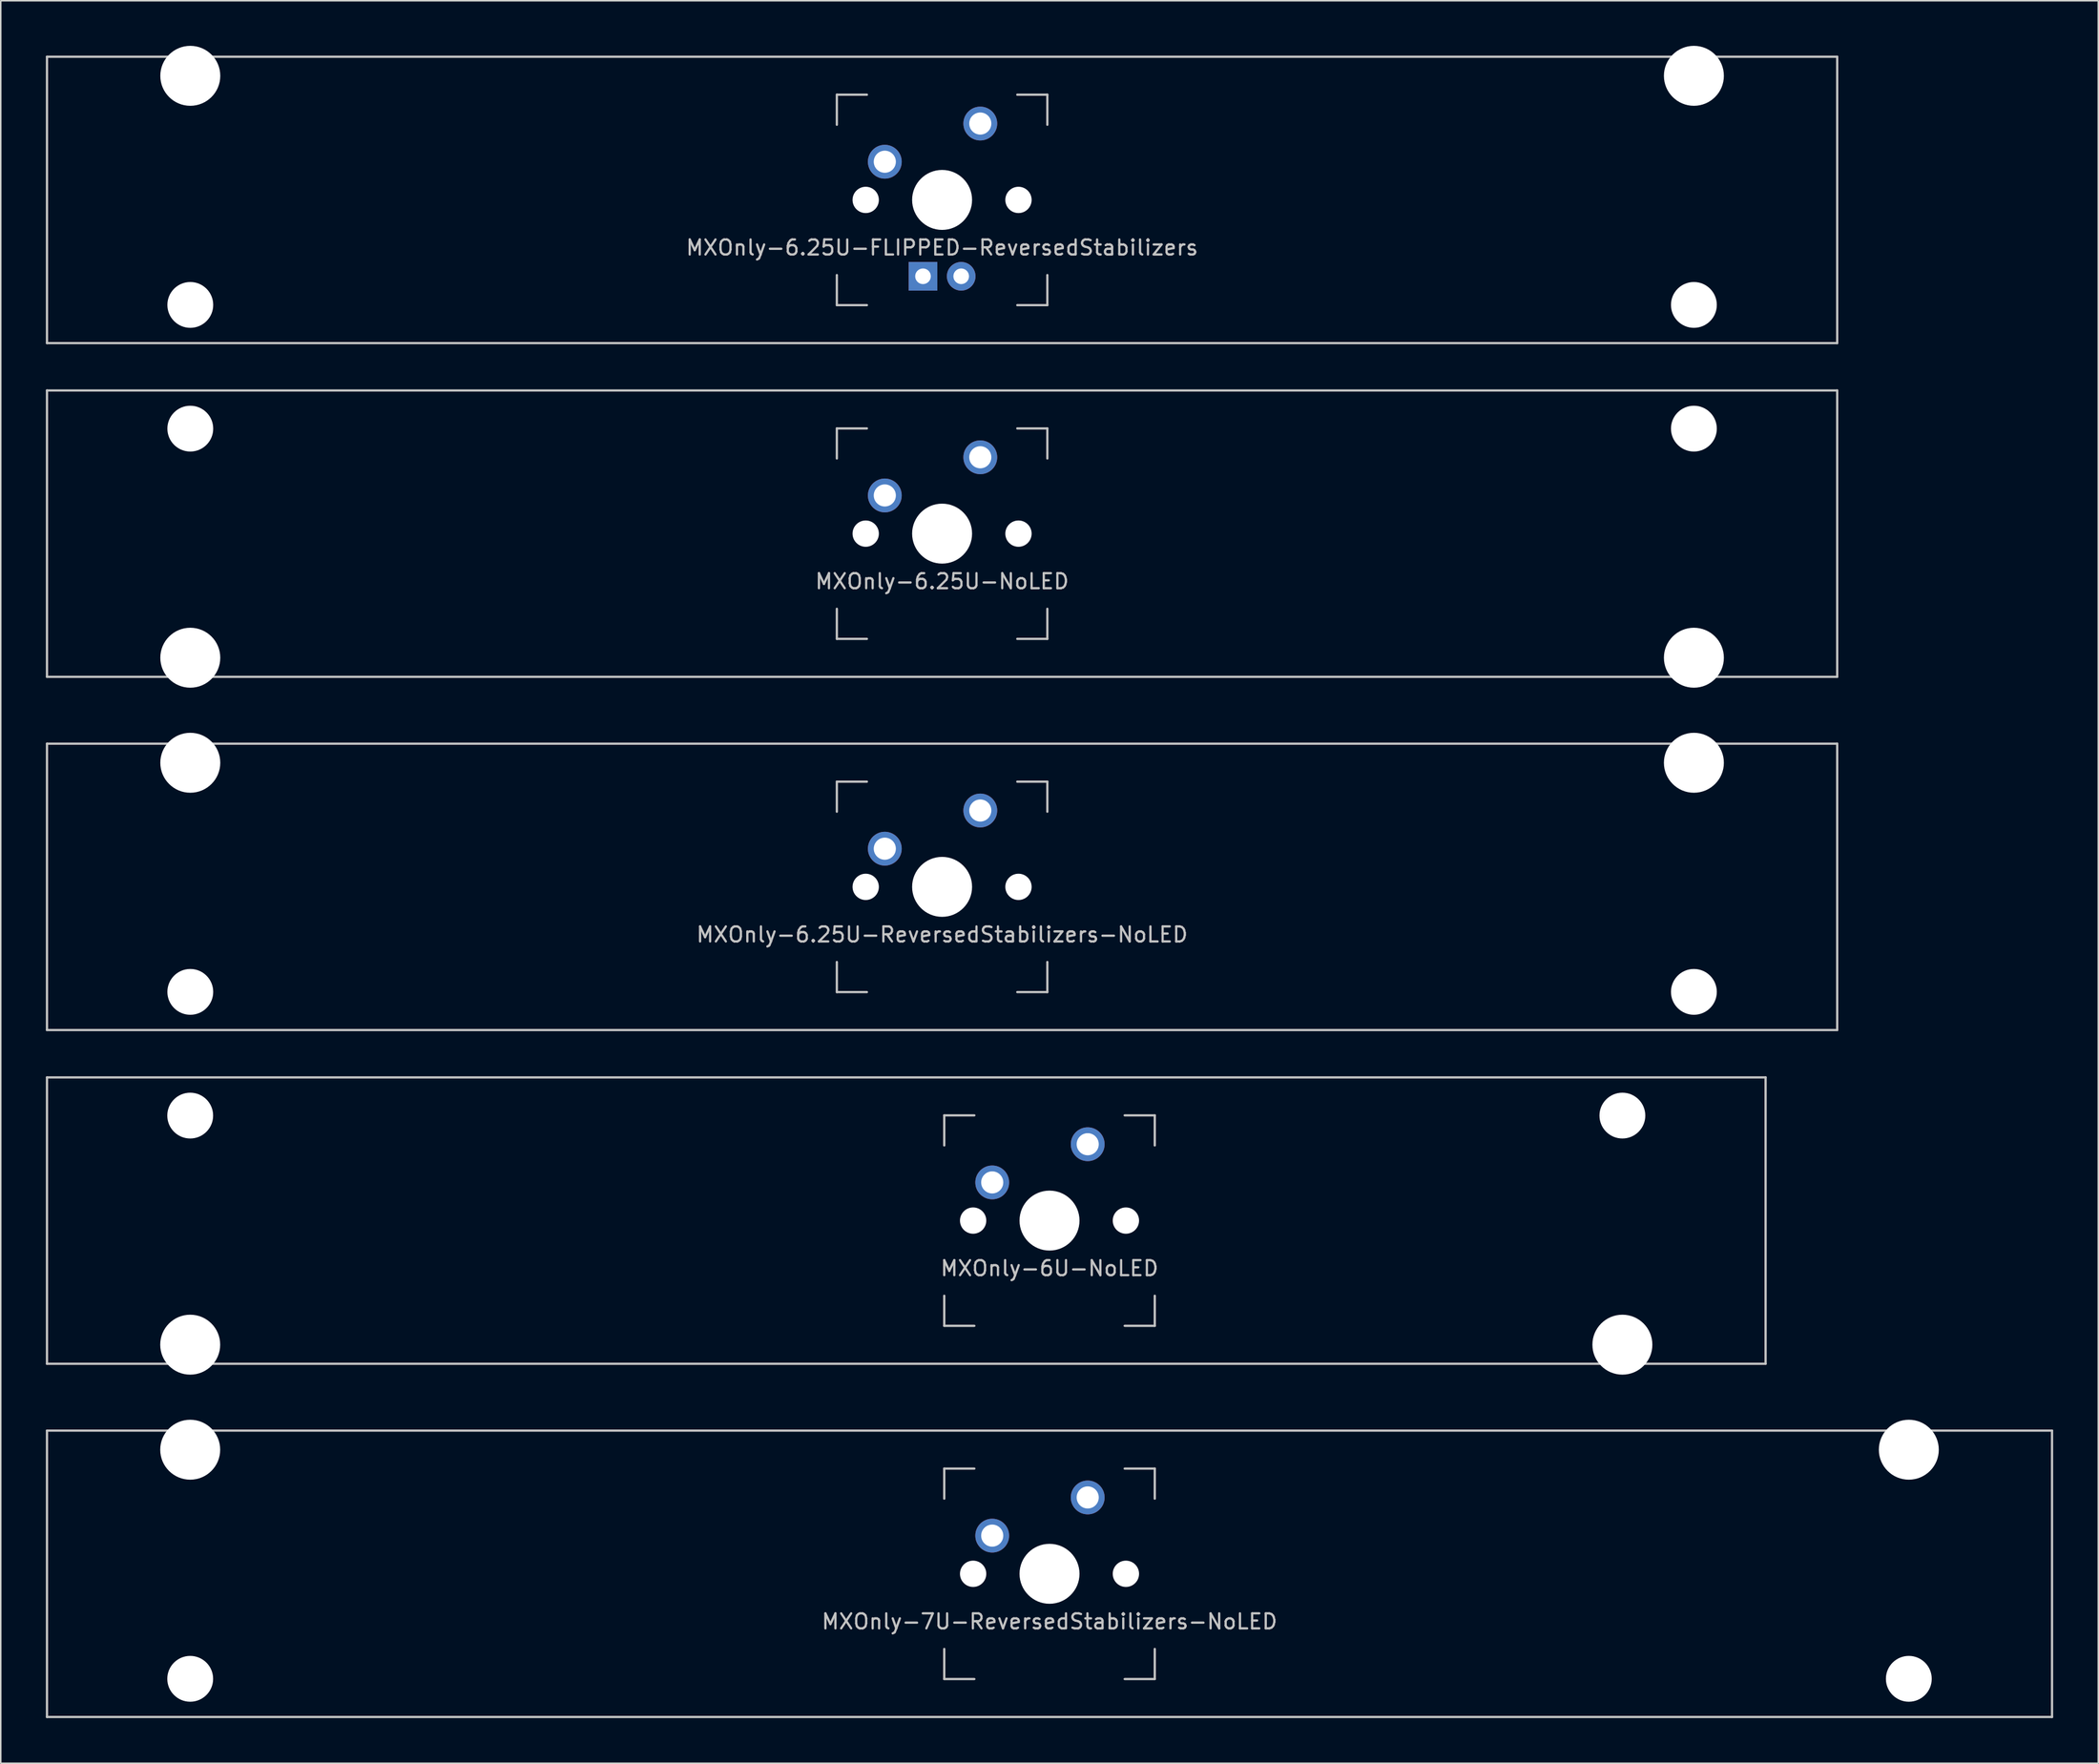
<source format=kicad_pcb>
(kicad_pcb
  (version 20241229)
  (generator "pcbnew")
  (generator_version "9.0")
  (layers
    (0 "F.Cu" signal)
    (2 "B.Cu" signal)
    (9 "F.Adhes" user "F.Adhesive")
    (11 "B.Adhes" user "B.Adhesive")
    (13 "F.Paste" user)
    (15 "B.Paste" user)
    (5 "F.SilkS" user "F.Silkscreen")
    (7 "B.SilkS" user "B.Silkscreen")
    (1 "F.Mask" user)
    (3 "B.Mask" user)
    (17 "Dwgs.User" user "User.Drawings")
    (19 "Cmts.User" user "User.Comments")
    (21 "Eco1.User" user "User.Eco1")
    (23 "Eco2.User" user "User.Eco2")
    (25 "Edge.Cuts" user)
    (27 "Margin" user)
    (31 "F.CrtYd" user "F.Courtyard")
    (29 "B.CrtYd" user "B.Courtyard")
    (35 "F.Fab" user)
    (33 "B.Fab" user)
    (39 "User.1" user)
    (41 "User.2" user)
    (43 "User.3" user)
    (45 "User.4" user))
  (footprint "MXOnly-6.25U-NoLED"
    (layer "F.Cu")
    (at 59.606 32.449)
    (property "Reference" "MXOnly-6.25U-NoLED" (at 0 3.175 0) (layer "Dwgs.User") (effects (font (size 1 1) (thickness 0.15))))
    (attr through_hole)
    (fp_line (start -59.531 -9.525) (end 59.531 -9.525) (stroke (width 0.15) (type solid)) (layer "Dwgs.User"))
    (fp_line (start -59.531 9.525) (end -59.531 -9.525) (stroke (width 0.15) (type solid)) (layer "Dwgs.User"))
    (fp_line (start -59.531 9.525) (end 59.531 9.525) (stroke (width 0.15) (type solid)) (layer "Dwgs.User"))
    (fp_line (start -7 -7) (end -7 -5) (stroke (width 0.15) (type solid)) (layer "Dwgs.User"))
    (fp_line (start -7 5) (end -7 7) (stroke (width 0.15) (type solid)) (layer "Dwgs.User"))
    (fp_line (start -7 7) (end -5 7) (stroke (width 0.15) (type solid)) (layer "Dwgs.User"))
    (fp_line (start -5 -7) (end -7 -7) (stroke (width 0.15) (type solid)) (layer "Dwgs.User"))
    (fp_line (start 5 -7) (end 7 -7) (stroke (width 0.15) (type solid)) (layer "Dwgs.User"))
    (fp_line (start 5 7) (end 7 7) (stroke (width 0.15) (type solid)) (layer "Dwgs.User"))
    (fp_line (start 7 -7) (end 7 -5) (stroke (width 0.15) (type solid)) (layer "Dwgs.User"))
    (fp_line (start 7 7) (end 7 5) (stroke (width 0.15) (type solid)) (layer "Dwgs.User"))
    (fp_line (start 59.531 -9.525) (end 59.531 9.525) (stroke (width 0.15) (type solid)) (layer "Dwgs.User"))
    (pad "" np_thru_hole circle (at -50 -6.985) (size 3.048 3.048) (drill 3.048) (layers "*.Cu" "*.Mask"))
    (pad "" np_thru_hole circle (at -50 8.255) (size 3.988 3.988) (drill 3.988) (layers "*.Cu" "*.Mask"))
    (pad "" np_thru_hole circle (at -5.08 0 48.1) (size 1.75 1.75) (drill 1.75) (layers "*.Cu" "*.Mask"))
    (pad "" np_thru_hole circle (at 0 0) (size 3.988 3.988) (drill 3.988) (layers "*.Cu" "*.Mask"))
    (pad "" np_thru_hole circle (at 5.08 0 48.1) (size 1.75 1.75) (drill 1.75) (layers "*.Cu" "*.Mask"))
    (pad "" np_thru_hole circle (at 50 -6.985) (size 3.048 3.048) (drill 3.048) (layers "*.Cu" "*.Mask"))
    (pad "" np_thru_hole circle (at 50 8.255) (size 3.988 3.988) (drill 3.988) (layers "*.Cu" "*.Mask"))
    (pad "1" thru_hole circle (at -3.81 -2.54) (size 2.25 2.25) (drill 1.47) (layers "*.Cu" "*.Mask"))
    (pad "2" thru_hole circle (at 2.54 -5.08) (size 2.25 2.25) (drill 1.47) (layers "*.Cu" "*.Mask")))
  (footprint "MXOnly-6U-NoLED"
    (layer "F.Cu")
    (at 57.225 78.147)
    (property "Reference" "MXOnly-6U-NoLED" (at 9.525 3.175 0) (layer "Dwgs.User") (effects (font (size 1 1) (thickness 0.15))))
    (attr through_hole)
    (fp_line (start -57.15 -9.525) (end 57.15 -9.525) (stroke (width 0.15) (type solid)) (layer "Dwgs.User"))
    (fp_line (start -57.15 9.525) (end -57.15 -9.525) (stroke (width 0.15) (type solid)) (layer "Dwgs.User"))
    (fp_line (start -57.15 9.525) (end 57.15 9.525) (stroke (width 0.15) (type solid)) (layer "Dwgs.User"))
    (fp_line (start 2.525 -7) (end 2.525 -5) (stroke (width 0.15) (type solid)) (layer "Dwgs.User"))
    (fp_line (start 2.525 5) (end 2.525 7) (stroke (width 0.15) (type solid)) (layer "Dwgs.User"))
    (fp_line (start 2.525 7) (end 4.525 7) (stroke (width 0.15) (type solid)) (layer "Dwgs.User"))
    (fp_line (start 4.525 -7) (end 2.525 -7) (stroke (width 0.15) (type solid)) (layer "Dwgs.User"))
    (fp_line (start 14.525 -7) (end 16.525 -7) (stroke (width 0.15) (type solid)) (layer "Dwgs.User"))
    (fp_line (start 14.525 7) (end 16.525 7) (stroke (width 0.15) (type solid)) (layer "Dwgs.User"))
    (fp_line (start 16.525 -7) (end 16.525 -5) (stroke (width 0.15) (type solid)) (layer "Dwgs.User"))
    (fp_line (start 16.525 7) (end 16.525 5) (stroke (width 0.15) (type solid)) (layer "Dwgs.User"))
    (fp_line (start 57.15 -9.525) (end 57.15 9.525) (stroke (width 0.15) (type solid)) (layer "Dwgs.User"))
    (pad "" np_thru_hole circle (at -47.625 -6.985) (size 3.048 3.048) (drill 3.048) (layers "*.Cu" "*.Mask"))
    (pad "" np_thru_hole circle (at -47.625 8.255) (size 3.988 3.988) (drill 3.988) (layers "*.Cu" "*.Mask"))
    (pad "" np_thru_hole circle (at 4.445 0 48.1) (size 1.75 1.75) (drill 1.75) (layers "*.Cu" "*.Mask"))
    (pad "" np_thru_hole circle (at 9.525 0) (size 3.988 3.988) (drill 3.988) (layers "*.Cu" "*.Mask"))
    (pad "" np_thru_hole circle (at 14.605 0 48.1) (size 1.75 1.75) (drill 1.75) (layers "*.Cu" "*.Mask"))
    (pad "" np_thru_hole circle (at 47.625 -6.985) (size 3.048 3.048) (drill 3.048) (layers "*.Cu" "*.Mask"))
    (pad "" np_thru_hole circle (at 47.625 8.255) (size 3.988 3.988) (drill 3.988) (layers "*.Cu" "*.Mask"))
    (pad "1" thru_hole circle (at 5.715 -2.54) (size 2.25 2.25) (drill 1.47) (layers "*.Cu" "*.Mask"))
    (pad "2" thru_hole circle (at 12.065 -5.08) (size 2.25 2.25) (drill 1.47) (layers "*.Cu" "*.Mask")))
  (footprint "MXOnly-6.25U-ReversedStabilizers-NoLED"
    (layer "F.Cu")
    (at 59.606 55.947)
    (property "Reference" "MXOnly-6.25U-ReversedStabilizers-NoLED" (at 0 3.175 0) (layer "Dwgs.User") (effects (font (size 1 1) (thickness 0.15))))
    (attr through_hole)
    (fp_line (start -59.531 -9.525) (end 59.531 -9.525) (stroke (width 0.15) (type solid)) (layer "Dwgs.User"))
    (fp_line (start -59.531 9.525) (end -59.531 -9.525) (stroke (width 0.15) (type solid)) (layer "Dwgs.User"))
    (fp_line (start -59.531 9.525) (end 59.531 9.525) (stroke (width 0.15) (type solid)) (layer "Dwgs.User"))
    (fp_line (start -7 -7) (end -7 -5) (stroke (width 0.15) (type solid)) (layer "Dwgs.User"))
    (fp_line (start -7 5) (end -7 7) (stroke (width 0.15) (type solid)) (layer "Dwgs.User"))
    (fp_line (start -7 7) (end -5 7) (stroke (width 0.15) (type solid)) (layer "Dwgs.User"))
    (fp_line (start -5 -7) (end -7 -7) (stroke (width 0.15) (type solid)) (layer "Dwgs.User"))
    (fp_line (start 5 -7) (end 7 -7) (stroke (width 0.15) (type solid)) (layer "Dwgs.User"))
    (fp_line (start 5 7) (end 7 7) (stroke (width 0.15) (type solid)) (layer "Dwgs.User"))
    (fp_line (start 7 -7) (end 7 -5) (stroke (width 0.15) (type solid)) (layer "Dwgs.User"))
    (fp_line (start 7 7) (end 7 5) (stroke (width 0.15) (type solid)) (layer "Dwgs.User"))
    (fp_line (start 59.531 -9.525) (end 59.531 9.525) (stroke (width 0.15) (type solid)) (layer "Dwgs.User"))
    (pad "" np_thru_hole circle (at -50 -8.255) (size 3.988 3.988) (drill 3.988) (layers "*.Cu" "*.Mask"))
    (pad "" np_thru_hole circle (at -50 6.985) (size 3.048 3.048) (drill 3.048) (layers "*.Cu" "*.Mask"))
    (pad "" np_thru_hole circle (at -5.08 0 48.1) (size 1.75 1.75) (drill 1.75) (layers "*.Cu" "*.Mask"))
    (pad "" np_thru_hole circle (at 0 0) (size 3.988 3.988) (drill 3.988) (layers "*.Cu" "*.Mask"))
    (pad "" np_thru_hole circle (at 5.08 0 48.1) (size 1.75 1.75) (drill 1.75) (layers "*.Cu" "*.Mask"))
    (pad "" np_thru_hole circle (at 50 -8.255) (size 3.988 3.988) (drill 3.988) (layers "*.Cu" "*.Mask"))
    (pad "" np_thru_hole circle (at 50 6.985) (size 3.048 3.048) (drill 3.048) (layers "*.Cu" "*.Mask"))
    (pad "1" thru_hole circle (at -3.81 -2.54) (size 2.25 2.25) (drill 1.47) (layers "*.Cu" "*.Mask"))
    (pad "2" thru_hole circle (at 2.54 -5.08) (size 2.25 2.25) (drill 1.47) (layers "*.Cu" "*.Mask")))
  (footprint "MXOnly-7U-ReversedStabilizers-NoLED"
    (layer "F.Cu")
    (at 66.75 101.644)
    (property "Reference" "MXOnly-7U-ReversedStabilizers-NoLED" (at 0 3.175 0) (layer "Dwgs.User") (effects (font (size 1 1) (thickness 0.15))))
    (attr through_hole)
    (fp_line (start -66.675 -9.525) (end 66.675 -9.525) (stroke (width 0.15) (type solid)) (layer "Dwgs.User"))
    (fp_line (start -66.675 9.525) (end -66.675 -9.525) (stroke (width 0.15) (type solid)) (layer "Dwgs.User"))
    (fp_line (start -66.675 9.525) (end 66.675 9.525) (stroke (width 0.15) (type solid)) (layer "Dwgs.User"))
    (fp_line (start -7 -7) (end -7 -5) (stroke (width 0.15) (type solid)) (layer "Dwgs.User"))
    (fp_line (start -7 5) (end -7 7) (stroke (width 0.15) (type solid)) (layer "Dwgs.User"))
    (fp_line (start -7 7) (end -5 7) (stroke (width 0.15) (type solid)) (layer "Dwgs.User"))
    (fp_line (start -5 -7) (end -7 -7) (stroke (width 0.15) (type solid)) (layer "Dwgs.User"))
    (fp_line (start 5 -7) (end 7 -7) (stroke (width 0.15) (type solid)) (layer "Dwgs.User"))
    (fp_line (start 5 7) (end 7 7) (stroke (width 0.15) (type solid)) (layer "Dwgs.User"))
    (fp_line (start 7 -7) (end 7 -5) (stroke (width 0.15) (type solid)) (layer "Dwgs.User"))
    (fp_line (start 7 7) (end 7 5) (stroke (width 0.15) (type solid)) (layer "Dwgs.User"))
    (fp_line (start 66.675 -9.525) (end 66.675 9.525) (stroke (width 0.15) (type solid)) (layer "Dwgs.User"))
    (pad "" np_thru_hole circle (at -57.15 -8.255) (size 3.988 3.988) (drill 3.988) (layers "*.Cu" "*.Mask"))
    (pad "" np_thru_hole circle (at -57.15 6.985) (size 3.048 3.048) (drill 3.048) (layers "*.Cu" "*.Mask"))
    (pad "" np_thru_hole circle (at -5.08 0 48.1) (size 1.75 1.75) (drill 1.75) (layers "*.Cu" "*.Mask"))
    (pad "" np_thru_hole circle (at 0 0) (size 3.988 3.988) (drill 3.988) (layers "*.Cu" "*.Mask"))
    (pad "" np_thru_hole circle (at 5.08 0 48.1) (size 1.75 1.75) (drill 1.75) (layers "*.Cu" "*.Mask"))
    (pad "" np_thru_hole circle (at 57.15 -8.255) (size 3.988 3.988) (drill 3.988) (layers "*.Cu" "*.Mask"))
    (pad "" np_thru_hole circle (at 57.15 6.985) (size 3.048 3.048) (drill 3.048) (layers "*.Cu" "*.Mask"))
    (pad "1" thru_hole circle (at -3.81 -2.54) (size 2.25 2.25) (drill 1.47) (layers "*.Cu" "*.Mask"))
    (pad "2" thru_hole circle (at 2.54 -5.08) (size 2.25 2.25) (drill 1.47) (layers "*.Cu" "*.Mask")))
  (footprint "MXOnly-6.25U-FLIPPED-ReversedStabilizers"
    (layer "F.Cu")
    (at 59.606 10.249)
    (property "Reference" "MXOnly-6.25U-FLIPPED-ReversedStabilizers" (at 0 3.175 0) (layer "Dwgs.User") (effects (font (size 1 1) (thickness 0.15))))
    (attr through_hole)
    (fp_line (start -59.531 -9.525) (end 59.531 -9.525) (stroke (width 0.15) (type solid)) (layer "Dwgs.User"))
    (fp_line (start -59.531 9.525) (end -59.531 -9.525) (stroke (width 0.15) (type solid)) (layer "Dwgs.User"))
    (fp_line (start -59.531 9.525) (end 59.531 9.525) (stroke (width 0.15) (type solid)) (layer "Dwgs.User"))
    (fp_line (start -7 -7) (end -7 -5) (stroke (width 0.15) (type solid)) (layer "Dwgs.User"))
    (fp_line (start -7 5) (end -7 7) (stroke (width 0.15) (type solid)) (layer "Dwgs.User"))
    (fp_line (start -7 7) (end -5 7) (stroke (width 0.15) (type solid)) (layer "Dwgs.User"))
    (fp_line (start -5 -7) (end -7 -7) (stroke (width 0.15) (type solid)) (layer "Dwgs.User"))
    (fp_line (start 5 -7) (end 7 -7) (stroke (width 0.15) (type solid)) (layer "Dwgs.User"))
    (fp_line (start 5 7) (end 7 7) (stroke (width 0.15) (type solid)) (layer "Dwgs.User"))
    (fp_line (start 7 -7) (end 7 -5) (stroke (width 0.15) (type solid)) (layer "Dwgs.User"))
    (fp_line (start 7 7) (end 7 5) (stroke (width 0.15) (type solid)) (layer "Dwgs.User"))
    (fp_line (start 59.531 -9.525) (end 59.531 9.525) (stroke (width 0.15) (type solid)) (layer "Dwgs.User"))
    (pad "" np_thru_hole circle (at -50 -8.255) (size 3.988 3.988) (drill 3.988) (layers "*.Cu" "*.Mask"))
    (pad "" np_thru_hole circle (at -50 6.985) (size 3.048 3.048) (drill 3.048) (layers "*.Cu" "*.Mask"))
    (pad "" np_thru_hole circle (at -5.08 0 48.1) (size 1.75 1.75) (drill 1.75) (layers "*.Cu" "*.Mask"))
    (pad "" np_thru_hole circle (at 0 0) (size 3.988 3.988) (drill 3.988) (layers "*.Cu" "*.Mask"))
    (pad "" np_thru_hole circle (at 5.08 0 48.1) (size 1.75 1.75) (drill 1.75) (layers "*.Cu" "*.Mask"))
    (pad "" np_thru_hole circle (at 50 -8.255) (size 3.988 3.988) (drill 3.988) (layers "*.Cu" "*.Mask"))
    (pad "" np_thru_hole circle (at 50 6.985) (size 3.048 3.048) (drill 3.048) (layers "*.Cu" "*.Mask"))
    (pad "1" thru_hole circle (at -3.81 -2.54) (size 2.25 2.25) (drill 1.47) (layers "*.Cu" "*.Mask"))
    (pad "2" thru_hole circle (at 2.54 -5.08) (size 2.25 2.25) (drill 1.47) (layers "*.Cu" "*.Mask"))
    (pad "3" thru_hole circle (at 1.27 5.08) (size 1.905 1.905) (drill 1.04) (layers "*.Cu" "*.Mask"))
    (pad "4" thru_hole rect (at -1.27 5.08) (size 1.905 1.905) (drill 1.04) (layers "*.Cu" "*.Mask")))
  (gr_rect
    (start -3 -3)
    (end 136.5 114.245)
    (stroke (width 0.1) (type default))
    (fill no)
    (layer "Edge.Cuts")))
</source>
